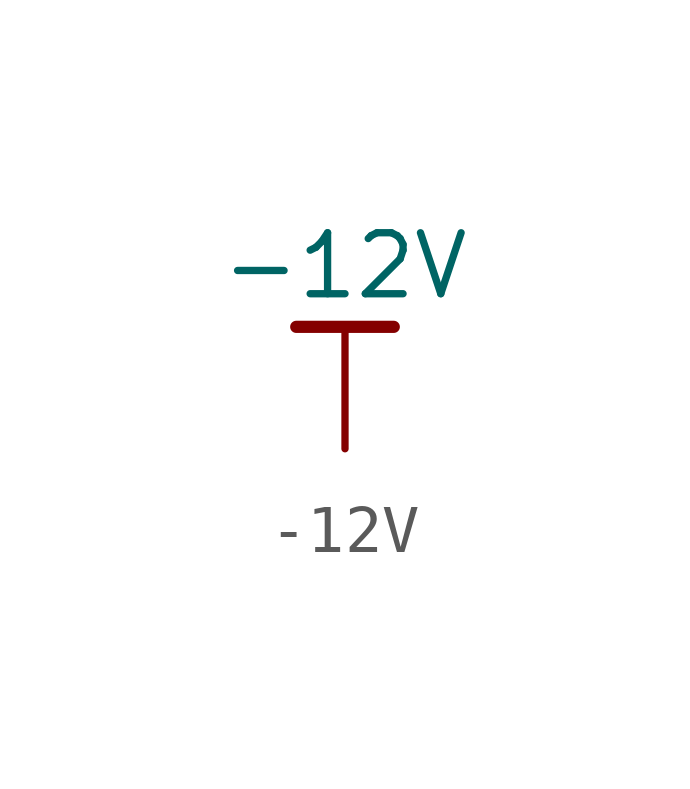
<source format=kicad_sym>
(kicad_symbol_lib
  (version 20211014)
  (generator kicad_symbol_editor)
  (symbol "-12V"
    (power)
    (pin_numbers hide)
    (pin_names
      (offset 0) hide)
    (property "Reference" "#PWR"
      (at 0 -1.905 0)
      (effects (font (size 1.27 1.27)) hide))
    (property "Value" "-12V"
      (at 0 3.81 0)
      (effects (font (size 1.27 1.27))))
    (symbol "-12V_0_1"
      (polyline (pts (xy -1.016 2.54) (xy 1.016 2.54)) (stroke (width 0.254) (type default) (color 0 0 0 0)) (fill (type none)))
      (polyline (pts (xy 0 2.54) (xy 0 0)) (stroke (width 0.152) (type default) (color 0 0 0 0)) (fill (type none))))
    (symbol "-12V_1_1"
      (pin power_in line (at 0 0 90) (length 0) hide (name "-12V" (effects (font (size 0.635 0.635)))) (number "1" (effects (font (size 0.635 0.635))))))))
</source>
